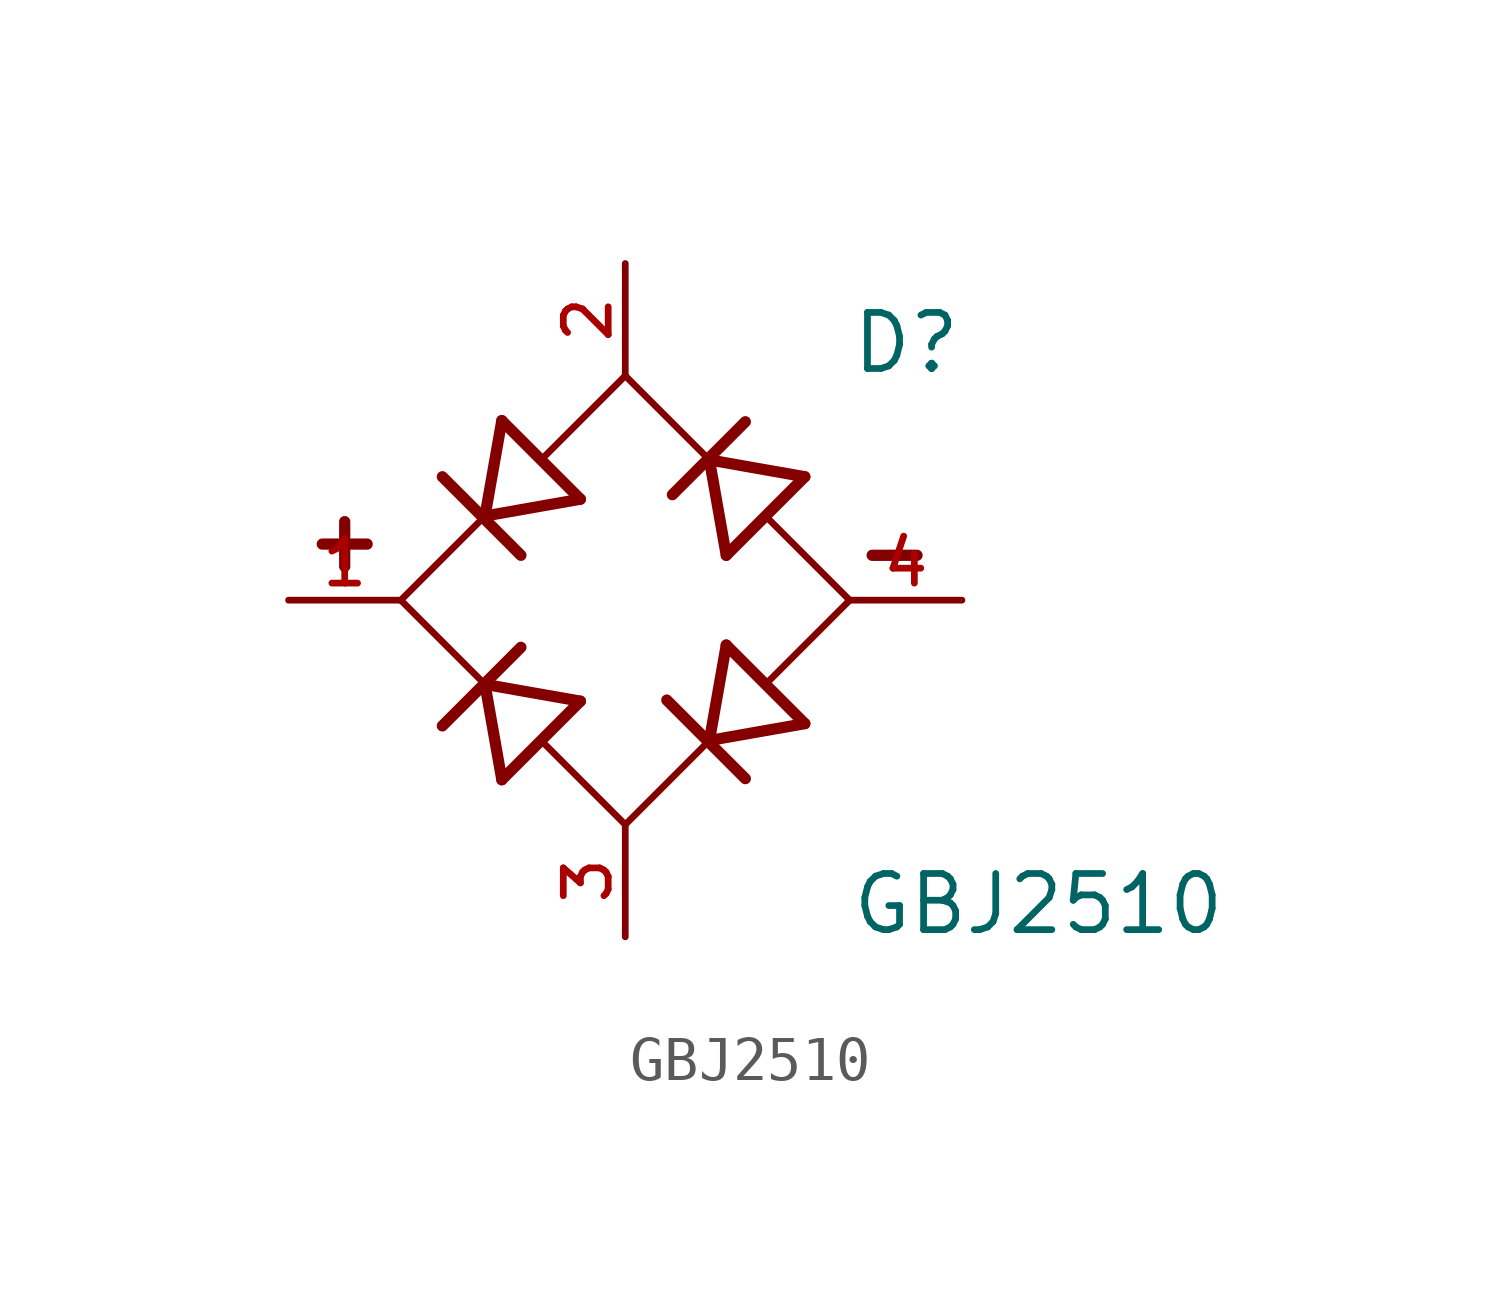
<source format=kicad_sym>
(kicad_symbol_lib
  (version 20211014)
  (generator kicad_symbol_editor)
  (symbol "GBJ2510"
    (pin_names
      (offset 1.016))
    (property "Reference" "D"
      (at 5.08 5.08 0)
      (effects (font (size 1.27 1.27)) (justify bottom left)))
    (property "Value" "GBJ2510"
      (at 5.08 -7.62 0)
      (effects (font (size 1.27 1.27)) (justify bottom left)))
    (symbol "GBJ2510_0_0"
      (polyline (pts (xy 1.905 -3.175) (xy 4.064 -2.794)) (stroke (width 0.254)))
      (polyline (pts (xy 1.905 -3.175) (xy 2.286 -1.016)) (stroke (width 0.254)))
      (polyline (pts (xy 2.718 -4.039) (xy 0.94 -2.261)) (stroke (width 0.254)))
      (polyline (pts (xy 1.905 3.175) (xy 4.064 2.794)) (stroke (width 0.254)))
      (polyline (pts (xy 1.905 3.175) (xy 2.286 1.016)) (stroke (width 0.254)))
      (polyline (pts (xy 2.718 4.039) (xy 1.067 2.388)) (stroke (width 0.254)))
      (polyline (pts (xy -3.175 1.905) (xy -2.794 4.064)) (stroke (width 0.254)))
      (polyline (pts (xy -3.175 1.905) (xy -1.016 2.286)) (stroke (width 0.254)))
      (polyline (pts (xy -2.362 1.016) (xy -4.14 2.794)) (stroke (width 0.254)))
      (polyline (pts (xy -3.175 -1.905) (xy -2.794 -4.064)) (stroke (width 0.254)))
      (polyline (pts (xy -3.175 -1.905) (xy -1.016 -2.286)) (stroke (width 0.254)))
      (polyline (pts (xy -2.362 -1.067) (xy -4.14 -2.845)) (stroke (width 0.254)))
      (polyline (pts (xy -5.08 0.0) (xy -3.175 -1.905)) (stroke (width 0.152)))
      (polyline (pts (xy 0.0 -5.08) (xy 1.905 -3.175)) (stroke (width 0.152)))
      (polyline (pts (xy 3.277 -1.803) (xy 5.08 0.0)) (stroke (width 0.152)))
      (polyline (pts (xy 4.064 -2.794) (xy 2.286 -1.016)) (stroke (width 0.254)))
      (polyline (pts (xy 5.08 0.0) (xy 3.277 1.803)) (stroke (width 0.152)))
      (polyline (pts (xy 4.064 2.794) (xy 2.286 1.016)) (stroke (width 0.254)))
      (polyline (pts (xy 1.905 3.175) (xy 0.0 5.08)) (stroke (width 0.152)))
      (polyline (pts (xy 0.0 5.08) (xy -1.803 3.277)) (stroke (width 0.152)))
      (polyline (pts (xy -1.016 2.286) (xy -2.794 4.064)) (stroke (width 0.254)))
      (polyline (pts (xy -3.175 1.905) (xy -5.08 0.0)) (stroke (width 0.152)))
      (polyline (pts (xy 0.0 -5.08) (xy -1.803 -3.277)) (stroke (width 0.152)))
      (polyline (pts (xy -1.016 -2.286) (xy -2.794 -4.064)) (stroke (width 0.254)))
      (polyline (pts (xy 5.588 1.016) (xy 6.604 1.016)) (stroke (width 0.254)))
      (polyline (pts (xy -6.858 1.27) (xy -5.842 1.27)) (stroke (width 0.254)))
      (polyline (pts (xy -6.35 0.762) (xy -6.35 1.778)) (stroke (width 0.254)))
      (pin passive line (at 0.0 7.62 270.0) (length 2.54) (name "~" (effects (font (size 1.016 1.016)))) (number "2" (effects (font (size 1.016 1.016)))))
      (pin passive line (at -7.62 0.0 0) (length 2.54) (name "~" (effects (font (size 1.016 1.016)))) (number "1" (effects (font (size 1.016 1.016)))))
      (pin passive line (at 0.0 -7.62 90.0) (length 2.54) (name "~" (effects (font (size 1.016 1.016)))) (number "3" (effects (font (size 1.016 1.016)))))
      (pin passive line (at 7.62 0.0 180.0) (length 2.54) (name "~" (effects (font (size 1.016 1.016)))) (number "4" (effects (font (size 1.016 1.016))))))))
</source>
